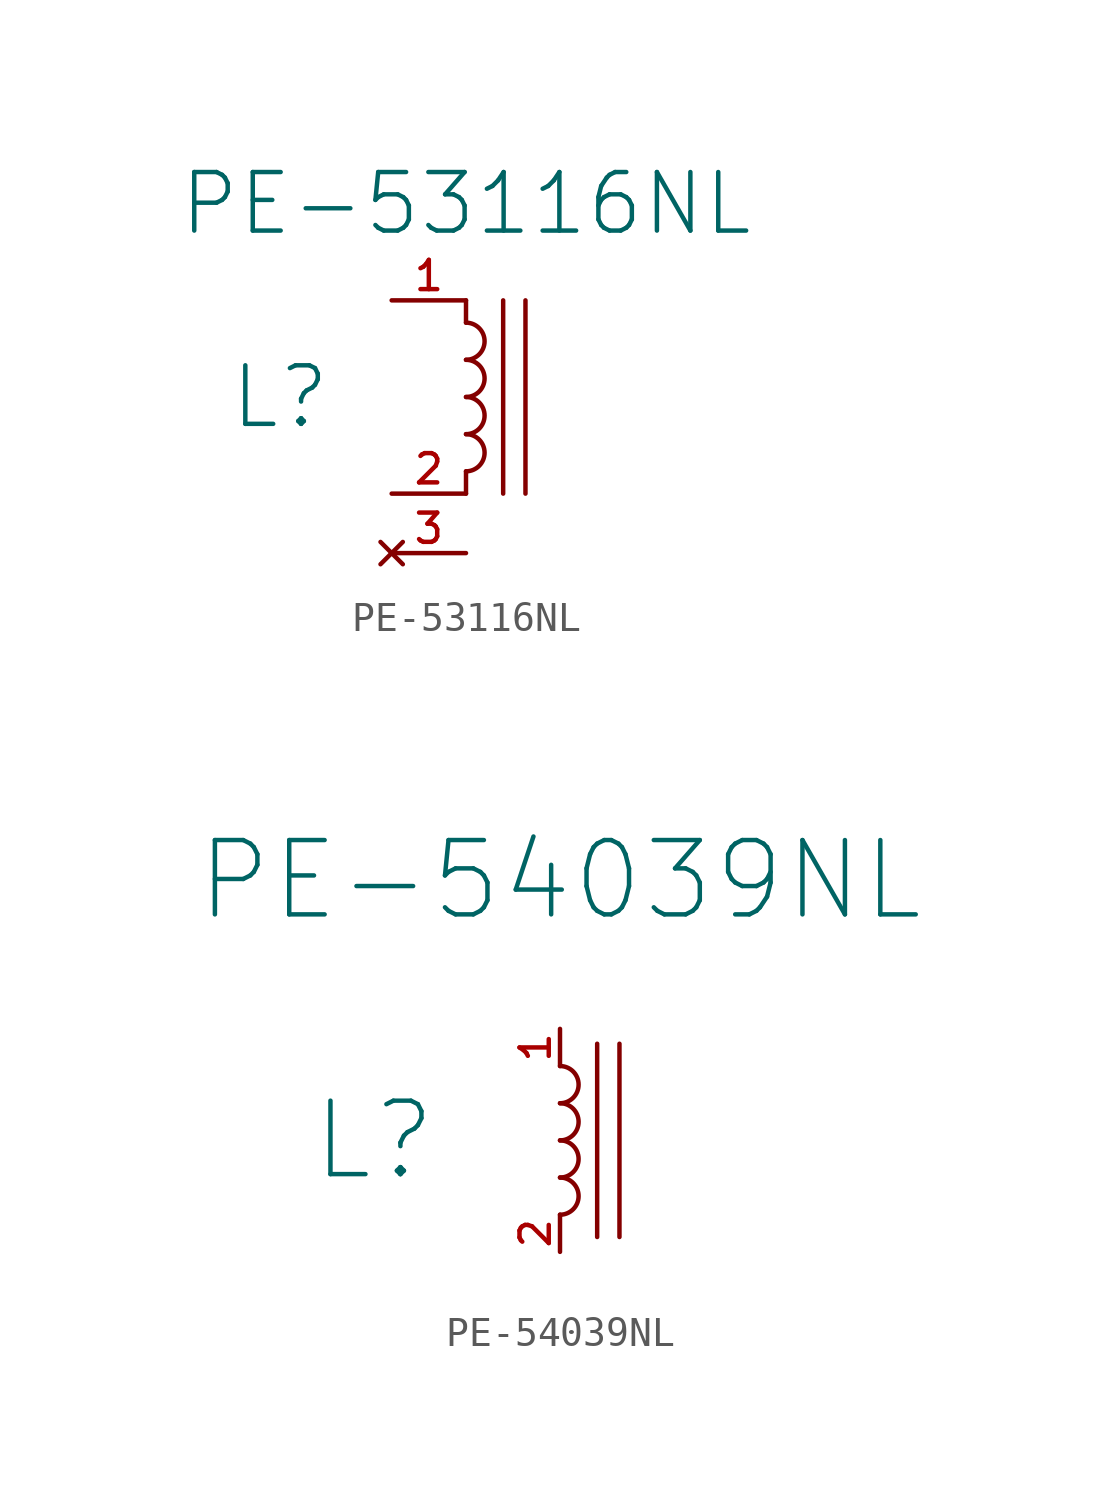
<source format=kicad_sym>
(kicad_symbol_lib
  (version 20211014)
  (generator kicad_symbol_editor)
  (symbol "PE-53116NL"
    (pin_names
      (offset 2))
    (property "Reference" "L"
      (at -6.35 0 0)
      (effects (font (size 2 2))))
    (property "Value" "PE-53116NL"
      (at 0 6.604 0)
      (effects (font (size 2 2))))
    (symbol "PE-53116NL_0_1"
      (arc (start 0 -2.54) (mid 0.635 -1.905) (end 0 -1.27) (stroke (width 0) (type default) (color 0 0 0 0)) (fill (type none)))
      (arc (start 0 -1.27) (mid 0.635 -0.635) (end 0 0) (stroke (width 0) (type default) (color 0 0 0 0)) (fill (type none)))
      (polyline (pts (xy 0 -2.54) (xy 0 -3.302)) (stroke (width 0) (type default) (color 0 0 0 0)) (fill (type none)))
      (polyline (pts (xy 0 2.54) (xy 0 3.302)) (stroke (width 0) (type default) (color 0 0 0 0)) (fill (type none)))
      (polyline (pts (xy 1.27 3.302) (xy 1.27 -3.302)) (stroke (width 0) (type default) (color 0 0 0 0)) (fill (type none)))
      (polyline (pts (xy 2.032 3.302) (xy 2.032 -3.302)) (stroke (width 0) (type default) (color 0 0 0 0)) (fill (type none)))
      (arc (start 0 0) (mid 0.635 0.635) (end 0 1.27) (stroke (width 0) (type default) (color 0 0 0 0)) (fill (type none)))
      (arc (start 0 1.27) (mid 0.635 1.905) (end 0 2.54) (stroke (width 0) (type default) (color 0 0 0 0)) (fill (type none))))
    (symbol "PE-53116NL_1_1"
      (pin passive line (at -2.54 3.302 0) (length 2.54) (name "" (effects (font (size 1 1)))) (number "1" (effects (font (size 1 1)))))
      (pin passive line (at -2.54 -3.302 0) (length 2.54) (name "" (effects (font (size 1 1)))) (number "2" (effects (font (size 1 1)))))
      (pin no_connect line (at -2.54 -5.334 0) (length 2.54) (name "" (effects (font (size 1 1)))) (number "3" (effects (font (size 1 1)))))))
  (symbol "PE-54039NL"
    (pin_names
      (offset 2))
    (property "Reference" "L"
      (at -6.35 0 0)
      (effects (font (size 2.51 2.51))))
    (property "Value" "PE-54039NL"
      (at 0 8.89 0)
      (effects (font (size 2.54 2.54))))
    (symbol "PE-54039NL_0_1"
      (arc (start 0 -2.54) (mid 0.635 -1.905) (end 0 -1.27) (stroke (width 0) (type default) (color 0 0 0 0)) (fill (type none)))
      (arc (start 0 -1.27) (mid 0.635 -0.635) (end 0 0) (stroke (width 0) (type default) (color 0 0 0 0)) (fill (type none)))
      (polyline (pts (xy 1.27 3.302) (xy 1.27 -3.302)) (stroke (width 0) (type default) (color 0 0 0 0)) (fill (type none)))
      (polyline (pts (xy 2.032 3.302) (xy 2.032 -3.302)) (stroke (width 0) (type default) (color 0 0 0 0)) (fill (type none)))
      (arc (start 0 0) (mid 0.635 0.635) (end 0 1.27) (stroke (width 0) (type default) (color 0 0 0 0)) (fill (type none)))
      (arc (start 0 1.27) (mid 0.635 1.905) (end 0 2.54) (stroke (width 0) (type default) (color 0 0 0 0)) (fill (type none))))
    (symbol "PE-54039NL_1_1"
      (pin passive line (at 0 3.81 270) (length 1.27) (name "" (effects (font (size 1 1)))) (number "1" (effects (font (size 1 1)))))
      (pin passive line (at 0 -3.81 90) (length 1.27) (name "" (effects (font (size 1 1)))) (number "2" (effects (font (size 1 1))))))))
</source>
